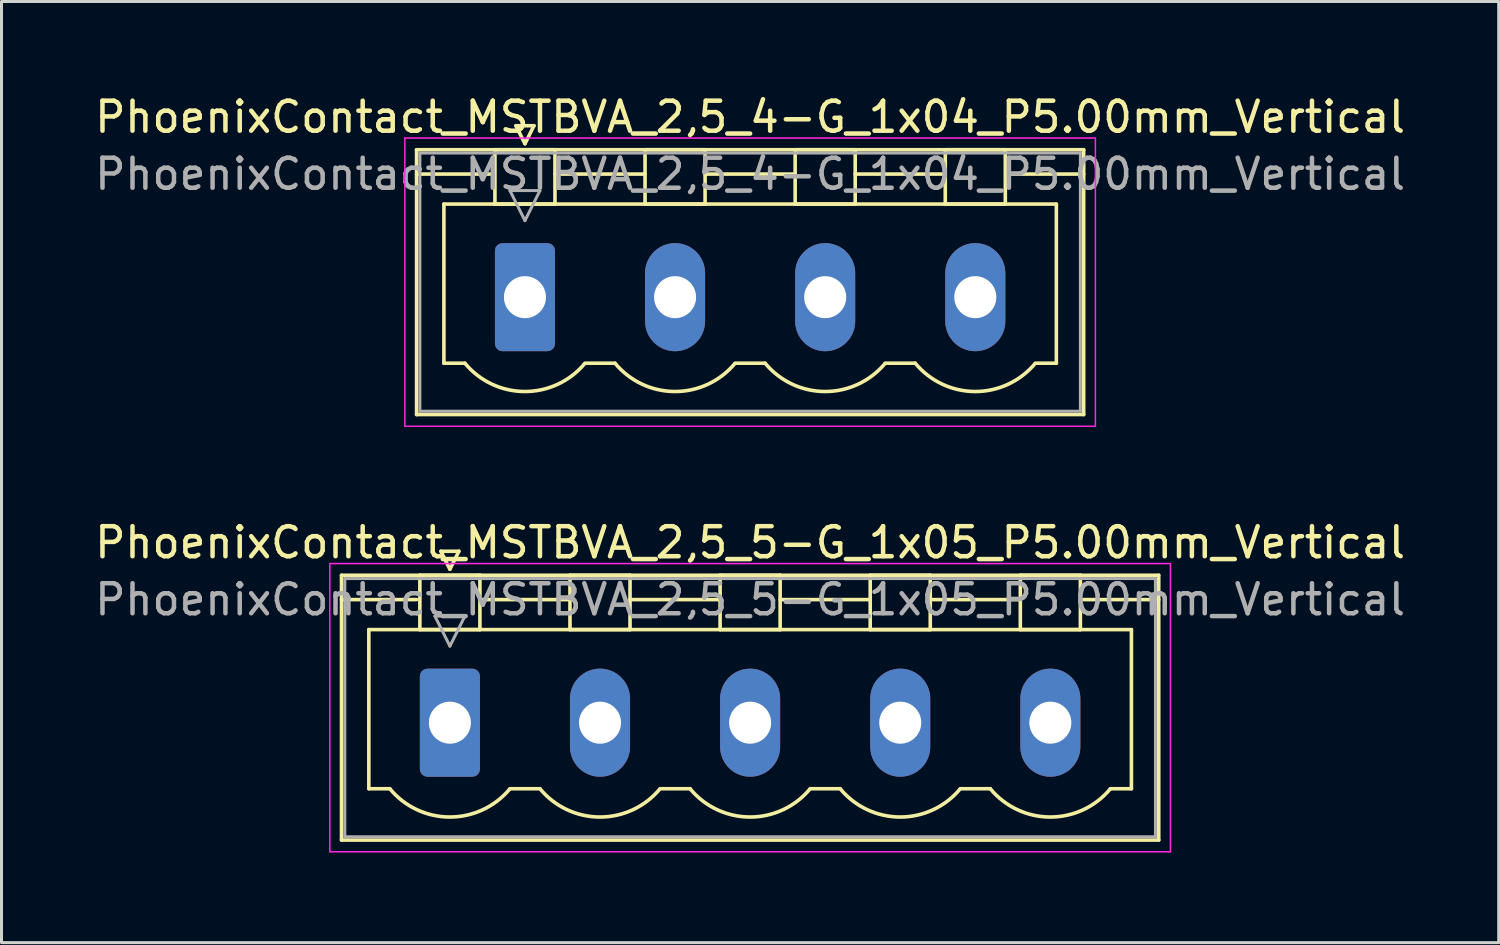
<source format=kicad_pcb>
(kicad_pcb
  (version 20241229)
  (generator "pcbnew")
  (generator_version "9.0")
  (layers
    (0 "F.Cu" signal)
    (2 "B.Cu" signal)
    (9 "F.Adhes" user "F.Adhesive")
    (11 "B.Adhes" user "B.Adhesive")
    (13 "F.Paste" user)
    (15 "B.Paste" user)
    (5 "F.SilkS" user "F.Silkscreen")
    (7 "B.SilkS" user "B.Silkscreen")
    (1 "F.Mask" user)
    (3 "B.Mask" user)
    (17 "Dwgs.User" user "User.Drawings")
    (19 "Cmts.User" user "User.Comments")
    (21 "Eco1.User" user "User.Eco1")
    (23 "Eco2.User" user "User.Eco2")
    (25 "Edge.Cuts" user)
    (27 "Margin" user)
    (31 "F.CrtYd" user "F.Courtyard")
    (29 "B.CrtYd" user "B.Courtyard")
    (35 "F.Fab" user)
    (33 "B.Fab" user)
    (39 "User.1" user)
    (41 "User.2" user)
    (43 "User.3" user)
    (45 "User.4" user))
  (footprint "PhoenixContact_MSTBVA_2,5_5-G_1x05_P5.00mm_Vertical"
    (layer "F.Cu")
    (at 11.935 21.021)
    (property "Reference" "PhoenixContact_MSTBVA_2,5_5-G_1x05_P5.00mm_Vertical" (at 10 -6 0) (layer "F.SilkS") (effects (font (size 1 1) (thickness 0.15))))
    (attr through_hole)
    (fp_line (start -3.61 -4.91) (end -3.61 3.91) (stroke (width 0.12) (type solid)) (layer "F.SilkS"))
    (fp_line (start -3.61 -4.1) (end -1.11 -4.1) (stroke (width 0.12) (type solid)) (layer "F.SilkS"))
    (fp_line (start -3.61 3.91) (end 23.61 3.91) (stroke (width 0.12) (type solid)) (layer "F.SilkS"))
    (fp_line (start -2.7 -3.1) (end 22.7 -3.1) (stroke (width 0.12) (type solid)) (layer "F.SilkS"))
    (fp_line (start -2.7 2.2) (end -2.7 -3.1) (stroke (width 0.12) (type solid)) (layer "F.SilkS"))
    (fp_line (start -2 2.2) (end -2.7 2.2) (stroke (width 0.12) (type solid)) (layer "F.SilkS"))
    (fp_line (start -1 -4.91) (end 1 -4.91) (stroke (width 0.12) (type solid)) (layer "F.SilkS"))
    (fp_line (start -1 -3.1) (end -1 -4.91) (stroke (width 0.12) (type solid)) (layer "F.SilkS"))
    (fp_line (start -0.3 -5.71) (end 0.3 -5.71) (stroke (width 0.12) (type solid)) (layer "F.SilkS"))
    (fp_line (start 0 -5.11) (end -0.3 -5.71) (stroke (width 0.12) (type solid)) (layer "F.SilkS"))
    (fp_line (start 0.3 -5.71) (end 0 -5.11) (stroke (width 0.12) (type solid)) (layer "F.SilkS"))
    (fp_line (start 1 -4.91) (end 1 -3.1) (stroke (width 0.12) (type solid)) (layer "F.SilkS"))
    (fp_line (start 1 -4.1) (end 4 -4.1) (stroke (width 0.12) (type solid)) (layer "F.SilkS"))
    (fp_line (start 1 -3.1) (end -1 -3.1) (stroke (width 0.12) (type solid)) (layer "F.SilkS"))
    (fp_line (start 2 2.2) (end 3 2.2) (stroke (width 0.12) (type solid)) (layer "F.SilkS"))
    (fp_line (start 4 -4.91) (end 6 -4.91) (stroke (width 0.12) (type solid)) (layer "F.SilkS"))
    (fp_line (start 4 -3.1) (end 4 -4.91) (stroke (width 0.12) (type solid)) (layer "F.SilkS"))
    (fp_line (start 6 -4.91) (end 6 -3.1) (stroke (width 0.12) (type solid)) (layer "F.SilkS"))
    (fp_line (start 6 -4.1) (end 9 -4.1) (stroke (width 0.12) (type solid)) (layer "F.SilkS"))
    (fp_line (start 6 -3.1) (end 4 -3.1) (stroke (width 0.12) (type solid)) (layer "F.SilkS"))
    (fp_line (start 7 2.2) (end 8 2.2) (stroke (width 0.12) (type solid)) (layer "F.SilkS"))
    (fp_line (start 9 -4.91) (end 11 -4.91) (stroke (width 0.12) (type solid)) (layer "F.SilkS"))
    (fp_line (start 9 -3.1) (end 9 -4.91) (stroke (width 0.12) (type solid)) (layer "F.SilkS"))
    (fp_line (start 11 -4.91) (end 11 -3.1) (stroke (width 0.12) (type solid)) (layer "F.SilkS"))
    (fp_line (start 11 -4.1) (end 14 -4.1) (stroke (width 0.12) (type solid)) (layer "F.SilkS"))
    (fp_line (start 11 -3.1) (end 9 -3.1) (stroke (width 0.12) (type solid)) (layer "F.SilkS"))
    (fp_line (start 12 2.2) (end 13 2.2) (stroke (width 0.12) (type solid)) (layer "F.SilkS"))
    (fp_line (start 14 -4.91) (end 16 -4.91) (stroke (width 0.12) (type solid)) (layer "F.SilkS"))
    (fp_line (start 14 -3.1) (end 14 -4.91) (stroke (width 0.12) (type solid)) (layer "F.SilkS"))
    (fp_line (start 16 -4.91) (end 16 -3.1) (stroke (width 0.12) (type solid)) (layer "F.SilkS"))
    (fp_line (start 16 -4.1) (end 19 -4.1) (stroke (width 0.12) (type solid)) (layer "F.SilkS"))
    (fp_line (start 16 -3.1) (end 14 -3.1) (stroke (width 0.12) (type solid)) (layer "F.SilkS"))
    (fp_line (start 17 2.2) (end 18 2.2) (stroke (width 0.12) (type solid)) (layer "F.SilkS"))
    (fp_line (start 19 -4.91) (end 21 -4.91) (stroke (width 0.12) (type solid)) (layer "F.SilkS"))
    (fp_line (start 19 -3.1) (end 19 -4.91) (stroke (width 0.12) (type solid)) (layer "F.SilkS"))
    (fp_line (start 21 -4.91) (end 21 -3.1) (stroke (width 0.12) (type solid)) (layer "F.SilkS"))
    (fp_line (start 21 -3.1) (end 19 -3.1) (stroke (width 0.12) (type solid)) (layer "F.SilkS"))
    (fp_line (start 22.7 -3.1) (end 22.7 2.2) (stroke (width 0.12) (type solid)) (layer "F.SilkS"))
    (fp_line (start 22.7 2.2) (end 22 2.2) (stroke (width 0.12) (type solid)) (layer "F.SilkS"))
    (fp_line (start 23.61 -4.91) (end -3.61 -4.91) (stroke (width 0.12) (type solid)) (layer "F.SilkS"))
    (fp_line (start 23.61 -4.1) (end 21.11 -4.1) (stroke (width 0.12) (type solid)) (layer "F.SilkS"))
    (fp_line (start 23.61 3.91) (end 23.61 -4.91) (stroke (width 0.12) (type solid)) (layer "F.SilkS"))
    (fp_arc (start 1.986842 2.215821) (mid -0.010289 3.142758) (end -2 2.2) (stroke (width 0.12) (type solid)) (layer "F.SilkS"))
    (fp_arc (start 6.986842 2.215821) (mid 4.989711 3.142758) (end 3 2.2) (stroke (width 0.12) (type solid)) (layer "F.SilkS"))
    (fp_arc (start 11.986842 2.215821) (mid 9.989711 3.142758) (end 8 2.2) (stroke (width 0.12) (type solid)) (layer "F.SilkS"))
    (fp_arc (start 16.986842 2.215821) (mid 14.989711 3.142758) (end 13 2.2) (stroke (width 0.12) (type solid)) (layer "F.SilkS"))
    (fp_arc (start 21.986842 2.215821) (mid 19.989711 3.142758) (end 18 2.2) (stroke (width 0.12) (type solid)) (layer "F.SilkS"))
    (fp_line (start -4 -5.3) (end -4 4.3) (stroke (width 0.05) (type solid)) (layer "F.CrtYd"))
    (fp_line (start -4 4.3) (end 24 4.3) (stroke (width 0.05) (type solid)) (layer "F.CrtYd"))
    (fp_line (start 24 -5.3) (end -4 -5.3) (stroke (width 0.05) (type solid)) (layer "F.CrtYd"))
    (fp_line (start 24 4.3) (end 24 -5.3) (stroke (width 0.05) (type solid)) (layer "F.CrtYd"))
    (fp_line (start -3.5 -4.8) (end -3.5 3.8) (stroke (width 0.1) (type solid)) (layer "F.Fab"))
    (fp_line (start -3.5 3.8) (end 23.5 3.8) (stroke (width 0.1) (type solid)) (layer "F.Fab"))
    (fp_line (start -0.5 -3.55) (end 0.5 -3.55) (stroke (width 0.1) (type solid)) (layer "F.Fab"))
    (fp_line (start 0 -2.55) (end -0.5 -3.55) (stroke (width 0.1) (type solid)) (layer "F.Fab"))
    (fp_line (start 0.5 -3.55) (end 0 -2.55) (stroke (width 0.1) (type solid)) (layer "F.Fab"))
    (fp_line (start 23.5 -4.8) (end -3.5 -4.8) (stroke (width 0.1) (type solid)) (layer "F.Fab"))
    (fp_line (start 23.5 3.8) (end 23.5 -4.8) (stroke (width 0.1) (type solid)) (layer "F.Fab"))
    (fp_text user "${REFERENCE}" (at 10 -4.1 0) (layer "F.Fab") (effects (font (size 1 1) (thickness 0.15))))
    (pad "1" thru_hole roundrect (at 0 0) (size 2 3.6) (drill 1.4) (layers "*.Cu" "*.Mask") (roundrect_rratio 0.125))
    (pad "2" thru_hole oval (at 5 0) (size 2 3.6) (drill 1.4) (layers "*.Cu" "*.Mask"))
    (pad "3" thru_hole oval (at 10 0) (size 2 3.6) (drill 1.4) (layers "*.Cu" "*.Mask"))
    (pad "4" thru_hole oval (at 15 0) (size 2 3.6) (drill 1.4) (layers "*.Cu" "*.Mask"))
    (pad "5" thru_hole oval (at 20 0) (size 2 3.6) (drill 1.4) (layers "*.Cu" "*.Mask")))
  (footprint "PhoenixContact_MSTBVA_2,5_4-G_1x04_P5.00mm_Vertical"
    (layer "F.Cu")
    (at 14.435 6.848)
    (property "Reference" "PhoenixContact_MSTBVA_2,5_4-G_1x04_P5.00mm_Vertical" (at 7.5 -6 0) (layer "F.SilkS") (effects (font (size 1 1) (thickness 0.15))))
    (attr through_hole)
    (fp_line (start -3.61 -4.91) (end -3.61 3.91) (stroke (width 0.12) (type solid)) (layer "F.SilkS"))
    (fp_line (start -3.61 -4.1) (end -1.11 -4.1) (stroke (width 0.12) (type solid)) (layer "F.SilkS"))
    (fp_line (start -3.61 3.91) (end 18.61 3.91) (stroke (width 0.12) (type solid)) (layer "F.SilkS"))
    (fp_line (start -2.7 -3.1) (end 17.7 -3.1) (stroke (width 0.12) (type solid)) (layer "F.SilkS"))
    (fp_line (start -2.7 2.2) (end -2.7 -3.1) (stroke (width 0.12) (type solid)) (layer "F.SilkS"))
    (fp_line (start -2 2.2) (end -2.7 2.2) (stroke (width 0.12) (type solid)) (layer "F.SilkS"))
    (fp_line (start -1 -4.91) (end 1 -4.91) (stroke (width 0.12) (type solid)) (layer "F.SilkS"))
    (fp_line (start -1 -3.1) (end -1 -4.91) (stroke (width 0.12) (type solid)) (layer "F.SilkS"))
    (fp_line (start -0.3 -5.71) (end 0.3 -5.71) (stroke (width 0.12) (type solid)) (layer "F.SilkS"))
    (fp_line (start 0 -5.11) (end -0.3 -5.71) (stroke (width 0.12) (type solid)) (layer "F.SilkS"))
    (fp_line (start 0.3 -5.71) (end 0 -5.11) (stroke (width 0.12) (type solid)) (layer "F.SilkS"))
    (fp_line (start 1 -4.91) (end 1 -3.1) (stroke (width 0.12) (type solid)) (layer "F.SilkS"))
    (fp_line (start 1 -4.1) (end 4 -4.1) (stroke (width 0.12) (type solid)) (layer "F.SilkS"))
    (fp_line (start 1 -3.1) (end -1 -3.1) (stroke (width 0.12) (type solid)) (layer "F.SilkS"))
    (fp_line (start 2 2.2) (end 3 2.2) (stroke (width 0.12) (type solid)) (layer "F.SilkS"))
    (fp_line (start 4 -4.91) (end 6 -4.91) (stroke (width 0.12) (type solid)) (layer "F.SilkS"))
    (fp_line (start 4 -3.1) (end 4 -4.91) (stroke (width 0.12) (type solid)) (layer "F.SilkS"))
    (fp_line (start 6 -4.91) (end 6 -3.1) (stroke (width 0.12) (type solid)) (layer "F.SilkS"))
    (fp_line (start 6 -4.1) (end 9 -4.1) (stroke (width 0.12) (type solid)) (layer "F.SilkS"))
    (fp_line (start 6 -3.1) (end 4 -3.1) (stroke (width 0.12) (type solid)) (layer "F.SilkS"))
    (fp_line (start 7 2.2) (end 8 2.2) (stroke (width 0.12) (type solid)) (layer "F.SilkS"))
    (fp_line (start 9 -4.91) (end 11 -4.91) (stroke (width 0.12) (type solid)) (layer "F.SilkS"))
    (fp_line (start 9 -3.1) (end 9 -4.91) (stroke (width 0.12) (type solid)) (layer "F.SilkS"))
    (fp_line (start 11 -4.91) (end 11 -3.1) (stroke (width 0.12) (type solid)) (layer "F.SilkS"))
    (fp_line (start 11 -4.1) (end 14 -4.1) (stroke (width 0.12) (type solid)) (layer "F.SilkS"))
    (fp_line (start 11 -3.1) (end 9 -3.1) (stroke (width 0.12) (type solid)) (layer "F.SilkS"))
    (fp_line (start 12 2.2) (end 13 2.2) (stroke (width 0.12) (type solid)) (layer "F.SilkS"))
    (fp_line (start 14 -4.91) (end 16 -4.91) (stroke (width 0.12) (type solid)) (layer "F.SilkS"))
    (fp_line (start 14 -3.1) (end 14 -4.91) (stroke (width 0.12) (type solid)) (layer "F.SilkS"))
    (fp_line (start 16 -4.91) (end 16 -3.1) (stroke (width 0.12) (type solid)) (layer "F.SilkS"))
    (fp_line (start 16 -3.1) (end 14 -3.1) (stroke (width 0.12) (type solid)) (layer "F.SilkS"))
    (fp_line (start 17.7 -3.1) (end 17.7 2.2) (stroke (width 0.12) (type solid)) (layer "F.SilkS"))
    (fp_line (start 17.7 2.2) (end 17 2.2) (stroke (width 0.12) (type solid)) (layer "F.SilkS"))
    (fp_line (start 18.61 -4.91) (end -3.61 -4.91) (stroke (width 0.12) (type solid)) (layer "F.SilkS"))
    (fp_line (start 18.61 -4.1) (end 16.11 -4.1) (stroke (width 0.12) (type solid)) (layer "F.SilkS"))
    (fp_line (start 18.61 3.91) (end 18.61 -4.91) (stroke (width 0.12) (type solid)) (layer "F.SilkS"))
    (fp_arc (start 1.986842 2.215821) (mid -0.010289 3.142758) (end -2 2.2) (stroke (width 0.12) (type solid)) (layer "F.SilkS"))
    (fp_arc (start 6.986842 2.215821) (mid 4.989711 3.142758) (end 3 2.2) (stroke (width 0.12) (type solid)) (layer "F.SilkS"))
    (fp_arc (start 11.986842 2.215821) (mid 9.989711 3.142758) (end 8 2.2) (stroke (width 0.12) (type solid)) (layer "F.SilkS"))
    (fp_arc (start 16.986842 2.215821) (mid 14.989711 3.142758) (end 13 2.2) (stroke (width 0.12) (type solid)) (layer "F.SilkS"))
    (fp_line (start -4 -5.3) (end -4 4.3) (stroke (width 0.05) (type solid)) (layer "F.CrtYd"))
    (fp_line (start -4 4.3) (end 19 4.3) (stroke (width 0.05) (type solid)) (layer "F.CrtYd"))
    (fp_line (start 19 -5.3) (end -4 -5.3) (stroke (width 0.05) (type solid)) (layer "F.CrtYd"))
    (fp_line (start 19 4.3) (end 19 -5.3) (stroke (width 0.05) (type solid)) (layer "F.CrtYd"))
    (fp_line (start -3.5 -4.8) (end -3.5 3.8) (stroke (width 0.1) (type solid)) (layer "F.Fab"))
    (fp_line (start -3.5 3.8) (end 18.5 3.8) (stroke (width 0.1) (type solid)) (layer "F.Fab"))
    (fp_line (start -0.5 -3.55) (end 0.5 -3.55) (stroke (width 0.1) (type solid)) (layer "F.Fab"))
    (fp_line (start 0 -2.55) (end -0.5 -3.55) (stroke (width 0.1) (type solid)) (layer "F.Fab"))
    (fp_line (start 0.5 -3.55) (end 0 -2.55) (stroke (width 0.1) (type solid)) (layer "F.Fab"))
    (fp_line (start 18.5 -4.8) (end -3.5 -4.8) (stroke (width 0.1) (type solid)) (layer "F.Fab"))
    (fp_line (start 18.5 3.8) (end 18.5 -4.8) (stroke (width 0.1) (type solid)) (layer "F.Fab"))
    (fp_text user "${REFERENCE}" (at 7.5 -4.1 0) (layer "F.Fab") (effects (font (size 1 1) (thickness 0.15))))
    (pad "1" thru_hole roundrect (at 0 0) (size 2 3.6) (drill 1.4) (layers "*.Cu" "*.Mask") (roundrect_rratio 0.125))
    (pad "2" thru_hole oval (at 5 0) (size 2 3.6) (drill 1.4) (layers "*.Cu" "*.Mask"))
    (pad "3" thru_hole oval (at 10 0) (size 2 3.6) (drill 1.4) (layers "*.Cu" "*.Mask"))
    (pad "4" thru_hole oval (at 15 0) (size 2 3.6) (drill 1.4) (layers "*.Cu" "*.Mask")))
  (gr_rect
    (start -3 -3)
    (end 46.869 28.346)
    (stroke (width 0.1) (type default))
    (fill no)
    (layer "Edge.Cuts")))
</source>
